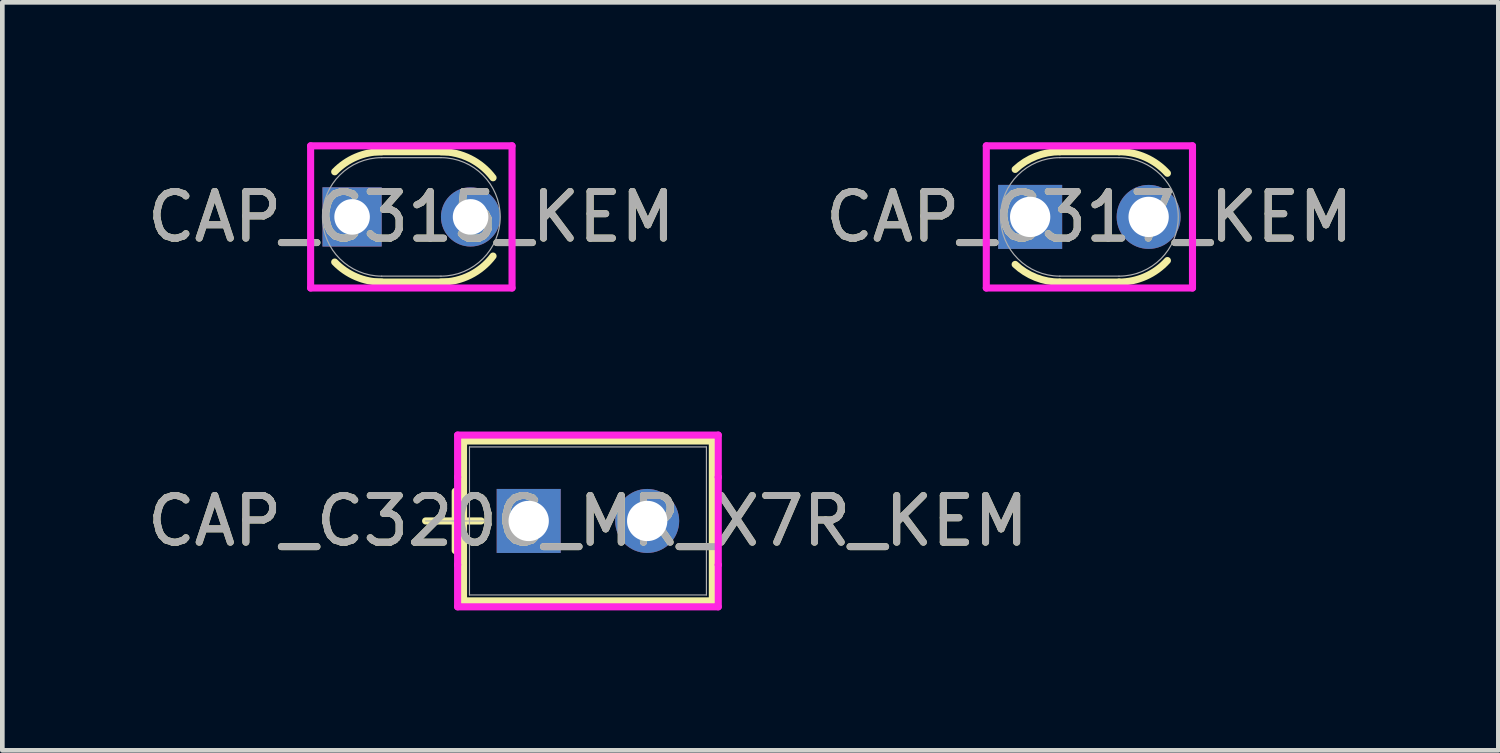
<source format=kicad_pcb>
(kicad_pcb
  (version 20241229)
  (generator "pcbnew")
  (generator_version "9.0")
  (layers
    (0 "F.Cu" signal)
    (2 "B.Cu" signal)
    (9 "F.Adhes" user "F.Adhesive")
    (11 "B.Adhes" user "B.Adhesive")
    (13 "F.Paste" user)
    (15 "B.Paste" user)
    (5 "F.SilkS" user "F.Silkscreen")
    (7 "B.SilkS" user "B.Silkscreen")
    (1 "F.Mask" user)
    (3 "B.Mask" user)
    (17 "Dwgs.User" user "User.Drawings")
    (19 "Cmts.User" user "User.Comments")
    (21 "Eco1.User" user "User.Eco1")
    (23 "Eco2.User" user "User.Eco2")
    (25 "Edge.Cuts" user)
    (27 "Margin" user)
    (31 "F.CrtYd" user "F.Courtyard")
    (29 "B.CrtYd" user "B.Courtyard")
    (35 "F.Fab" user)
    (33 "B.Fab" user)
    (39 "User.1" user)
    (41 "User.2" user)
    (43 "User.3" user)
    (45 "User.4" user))
  (footprint "CAP_C320C_MR_X7R_KEM"
    (layer "F.Cu")
    (at 8.284 8.118)
    (property "Reference" "CAP_C320C_MR_X7R_KEM" (at 1.27 0 0) (unlocked yes) (layer "F.SilkS") (effects (font (size 1 1) (thickness 0.15))))
    (attr through_hole)
    (fp_line (start -2.21 0) (end -1.019 0) (stroke (width 0.152) (type solid)) (layer "F.SilkS"))
    (fp_line (start -1.575 -0.635) (end -1.575 0.635) (stroke (width 0.152) (type solid)) (layer "F.SilkS"))
    (fp_line (start -1.397 -1.714) (end -1.397 1.714) (stroke (width 0.152) (type solid)) (layer "F.SilkS"))
    (fp_line (start -1.397 1.714) (end 3.937 1.714) (stroke (width 0.152) (type solid)) (layer "F.SilkS"))
    (fp_line (start 3.937 -1.714) (end -1.397 -1.714) (stroke (width 0.152) (type solid)) (layer "F.SilkS"))
    (fp_line (start 3.937 1.714) (end 3.937 -1.714) (stroke (width 0.152) (type solid)) (layer "F.SilkS"))
    (fp_line (start -1.524 -1.841) (end 4.064 -1.841) (stroke (width 0.152) (type solid)) (layer "F.CrtYd"))
    (fp_line (start -1.524 -0.94) (end -1.524 -1.841) (stroke (width 0.152) (type solid)) (layer "F.CrtYd"))
    (fp_line (start -1.524 -0.94) (end -1.524 -0.94) (stroke (width 0.152) (type solid)) (layer "F.CrtYd"))
    (fp_line (start -1.524 0.94) (end -1.524 -0.94) (stroke (width 0.152) (type solid)) (layer "F.CrtYd"))
    (fp_line (start -1.524 0.94) (end -1.524 0.94) (stroke (width 0.152) (type solid)) (layer "F.CrtYd"))
    (fp_line (start -1.524 1.841) (end -1.524 0.94) (stroke (width 0.152) (type solid)) (layer "F.CrtYd"))
    (fp_line (start 4.064 -1.841) (end 4.064 -0.94) (stroke (width 0.152) (type solid)) (layer "F.CrtYd"))
    (fp_line (start 4.064 -0.94) (end 4.064 -0.94) (stroke (width 0.152) (type solid)) (layer "F.CrtYd"))
    (fp_line (start 4.064 -0.94) (end 4.064 0.94) (stroke (width 0.152) (type solid)) (layer "F.CrtYd"))
    (fp_line (start 4.064 0.94) (end 4.064 0.94) (stroke (width 0.152) (type solid)) (layer "F.CrtYd"))
    (fp_line (start 4.064 0.94) (end 4.064 1.841) (stroke (width 0.152) (type solid)) (layer "F.CrtYd"))
    (fp_line (start 4.064 1.841) (end -1.524 1.841) (stroke (width 0.152) (type solid)) (layer "F.CrtYd"))
    (fp_line (start -2.21 0) (end -0.94 0) (stroke (width 0.025) (type solid)) (layer "F.Fab"))
    (fp_line (start -1.575 -0.635) (end -1.575 0.635) (stroke (width 0.025) (type solid)) (layer "F.Fab"))
    (fp_line (start -1.27 -1.587) (end -1.27 1.587) (stroke (width 0.025) (type solid)) (layer "F.Fab"))
    (fp_line (start -1.27 1.587) (end 3.81 1.587) (stroke (width 0.025) (type solid)) (layer "F.Fab"))
    (fp_line (start 3.81 -1.587) (end -1.27 -1.587) (stroke (width 0.025) (type solid)) (layer "F.Fab"))
    (fp_line (start 3.81 1.587) (end 3.81 -1.587) (stroke (width 0.025) (type solid)) (layer "F.Fab"))
    (fp_text user "${REFERENCE}" (at 1.27 0 0) (unlocked yes) (layer "F.Fab") (effects (font (size 1 1) (thickness 0.15))))
    (pad "1" thru_hole rect (at 0 0) (size 1.372 1.372) (drill 0.864) (layers "*.Cu" "*.Mask"))
    (pad "2" thru_hole circle (at 2.54 0) (size 1.372 1.372) (drill 0.864) (layers "*.Cu" "*.Mask")))
  (footprint "CAP_C315_KEM"
    (layer "F.Cu")
    (at 4.498 1.6)
    (property "Reference" "CAP_C315_KEM" (at 1.27 0 0) (unlocked yes) (layer "F.SilkS") (effects (font (size 1 1) (thickness 0.15))))
    (attr through_hole)
    (fp_line (start 0.508 -1.397) (end 2.032 -1.397) (stroke (width 0.152) (type solid)) (layer "F.SilkS"))
    (fp_line (start 0.508 1.397) (end 2.032 1.397) (stroke (width 0.152) (type solid)) (layer "F.SilkS"))
    (fp_arc (start -0.372516 -0.96774) (mid 0.087425 -1.285212) (end 0.635 -1.397) (stroke (width 0.1524) (type solid)) (layer "F.SilkS"))
    (fp_arc (start 0.635 1.397) (mid 0.087426 1.285213) (end -0.372516 0.96774) (stroke (width 0.1524) (type solid)) (layer "F.SilkS"))
    (fp_arc (start 1.905 -1.397) (mid 2.529148 -1.249819) (end 3.021782 -0.839289) (stroke (width 0.1524) (type solid)) (layer "F.SilkS"))
    (fp_arc (start 3.021782 0.839289) (mid 2.529148 1.249819) (end 1.905 1.397) (stroke (width 0.1524) (type solid)) (layer "F.SilkS"))
    (fp_line (start -0.889 -1.524) (end 3.429 -1.524) (stroke (width 0.152) (type solid)) (layer "F.CrtYd"))
    (fp_line (start -0.889 1.524) (end -0.889 -1.524) (stroke (width 0.152) (type solid)) (layer "F.CrtYd"))
    (fp_line (start 3.429 -1.524) (end 3.429 1.524) (stroke (width 0.152) (type solid)) (layer "F.CrtYd"))
    (fp_line (start 3.429 1.524) (end -0.889 1.524) (stroke (width 0.152) (type solid)) (layer "F.CrtYd"))
    (fp_line (start 0.635 -1.27) (end 1.905 -1.27) (stroke (width 0.025) (type solid)) (layer "F.Fab"))
    (fp_line (start 0.635 1.27) (end 1.905 1.27) (stroke (width 0.025) (type solid)) (layer "F.Fab"))
    (fp_arc (start 0.635 1.27) (mid -0.635 0) (end 0.635 -1.27) (stroke (width 0.0254) (type solid)) (layer "F.Fab"))
    (fp_arc (start 1.905 -1.27) (mid 3.175 0) (end 1.905 1.27) (stroke (width 0.0254) (type solid)) (layer "F.Fab"))
    (fp_text user "${REFERENCE}" (at 1.27 0 0) (unlocked yes) (layer "F.Fab") (effects (font (size 1 1) (thickness 0.15))))
    (pad "1" thru_hole rect (at 0 0) (size 1.27 1.27) (drill 0.762) (layers "*.Cu" "*.Mask"))
    (pad "2" thru_hole circle (at 2.54 0) (size 1.27 1.27) (drill 0.762) (layers "*.Cu" "*.Mask")))
  (footprint "CAP_C317_KEM"
    (layer "F.Cu")
    (at 20.304 1.6)
    (property "Reference" "CAP_C317_KEM" (at 0 0 0) (unlocked yes) (layer "F.SilkS") (effects (font (size 1 1) (thickness 0.15))))
    (attr through_hole)
    (fp_line (start -0.635 -1.397) (end 0.635 -1.397) (stroke (width 0.152) (type solid)) (layer "F.SilkS"))
    (fp_line (start -0.635 1.397) (end 0.635 1.397) (stroke (width 0.152) (type solid)) (layer "F.SilkS"))
    (fp_arc (start -1.59113 -1.01854) (mid -1.149154 -1.298944) (end -0.635 -1.397) (stroke (width 0.1524) (type solid)) (layer "F.SilkS"))
    (fp_arc (start -0.635 1.397) (mid -1.149155 1.298943) (end -1.591131 1.018539) (stroke (width 0.1524) (type solid)) (layer "F.SilkS"))
    (fp_arc (start 0.635 -1.397) (mid 1.202636 -1.276479) (end 1.672331 -0.93571) (stroke (width 0.1524) (type solid)) (layer "F.SilkS"))
    (fp_arc (start 1.672331 0.93571) (mid 1.202636 1.276479) (end 0.635 1.397) (stroke (width 0.1524) (type solid)) (layer "F.SilkS"))
    (fp_line (start -2.21 -1.524) (end 2.21 -1.524) (stroke (width 0.152) (type solid)) (layer "F.CrtYd"))
    (fp_line (start -2.21 1.524) (end -2.21 -1.524) (stroke (width 0.152) (type solid)) (layer "F.CrtYd"))
    (fp_line (start 2.21 -1.524) (end 2.21 1.524) (stroke (width 0.152) (type solid)) (layer "F.CrtYd"))
    (fp_line (start 2.21 1.524) (end -2.21 1.524) (stroke (width 0.152) (type solid)) (layer "F.CrtYd"))
    (fp_line (start -0.635 -1.27) (end 0.635 -1.27) (stroke (width 0.025) (type solid)) (layer "F.Fab"))
    (fp_line (start -0.635 1.27) (end 0.635 1.27) (stroke (width 0.025) (type solid)) (layer "F.Fab"))
    (fp_arc (start -0.635 1.27) (mid -1.905 0) (end -0.635 -1.27) (stroke (width 0.0254) (type solid)) (layer "F.Fab"))
    (fp_arc (start 0.635 -1.27) (mid 1.905 0) (end 0.635 1.27) (stroke (width 0.0254) (type solid)) (layer "F.Fab"))
    (fp_text user "${REFERENCE}" (at 0 0 0) (unlocked yes) (layer "F.Fab") (effects (font (size 1 1) (thickness 0.15))))
    (pad "1" thru_hole rect (at -1.27 0) (size 1.372 1.372) (drill 0.864) (layers "*.Cu" "*.Mask"))
    (pad "2" thru_hole circle (at 1.27 0) (size 1.372 1.372) (drill 0.864) (layers "*.Cu" "*.Mask")))
  (gr_rect
    (start -3 -3)
    (end 29.071 13.036)
    (stroke (width 0.1) (type default))
    (fill no)
    (layer "Edge.Cuts")))
</source>
